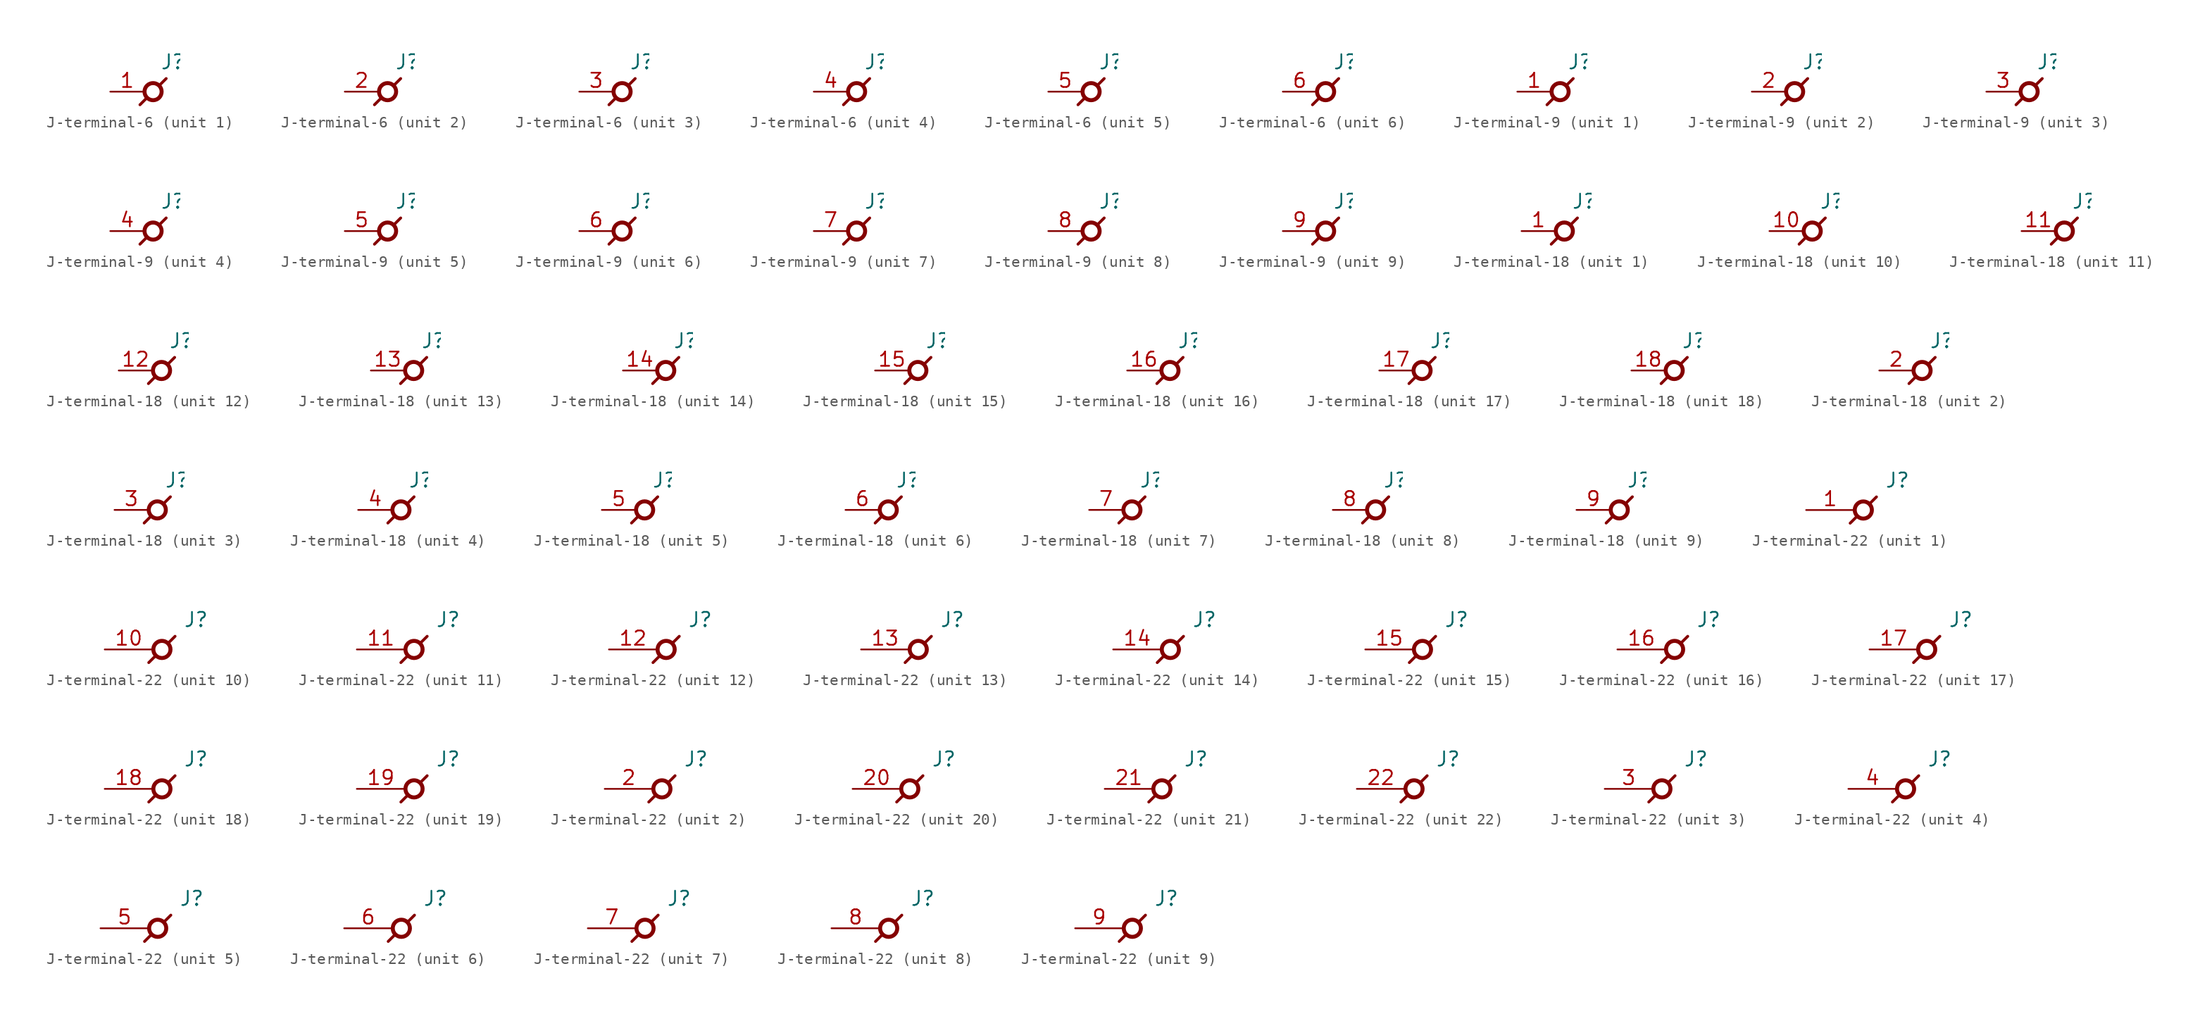
<source format=kicad_sym>
(kicad_symbol_lib
  (version 20211014)
  (generator kicad_symbol_editor)
  (symbol "J-terminal-6"
    (pin_names
      (offset 0.635) hide)
    (property "Reference" "J"
      (at 1.905 1.905 0)
      (effects (font (size 1.27 1.27)) (justify left bottom)))
    (property "ki_locked" ""
      (at 0 0 0)
      (effects (font (size 1.27 1.27))))
    (symbol "J-terminal-6_0_0"
      (polyline (pts (xy 0.686 -0.584) (xy 0.102 -1.168)) (stroke (width 0.254) (type default) (color 0 0 0 0)) (fill (type none)))
      (polyline (pts (xy 1.854 0.584) (xy 2.438 1.168)) (stroke (width 0.254) (type default) (color 0 0 0 0)) (fill (type none)))
      (circle (center 1.27 0) (radius 0.762) (stroke (width 0.356) (type default) (color 0 0 0 0)) (fill (type none))))
    (symbol "J-terminal-6_1_1"
      (pin passive line (at -2.54 0 0) (length 2.997) (name "1" (effects (font (size 1.27 1.27)))) (number "1" (effects (font (size 1.27 1.27))))))
    (symbol "J-terminal-6_2_1"
      (pin passive line (at -2.54 0 0) (length 2.997) (name "2" (effects (font (size 1.27 1.27)))) (number "2" (effects (font (size 1.27 1.27))))))
    (symbol "J-terminal-6_3_1"
      (pin passive line (at -2.54 0 0) (length 2.997) (name "3" (effects (font (size 1.27 1.27)))) (number "3" (effects (font (size 1.27 1.27))))))
    (symbol "J-terminal-6_4_1"
      (pin passive line (at -2.54 0 0) (length 2.997) (name "4" (effects (font (size 1.27 1.27)))) (number "4" (effects (font (size 1.27 1.27))))))
    (symbol "J-terminal-6_5_1"
      (pin passive line (at -2.54 0 0) (length 2.997) (name "5" (effects (font (size 1.27 1.27)))) (number "5" (effects (font (size 1.27 1.27))))))
    (symbol "J-terminal-6_6_1"
      (pin passive line (at -2.54 0 0) (length 2.997) (name "6" (effects (font (size 1.27 1.27)))) (number "6" (effects (font (size 1.27 1.27)))))))
  (symbol "J-terminal-9"
    (pin_names
      (offset 0.635) hide)
    (property "Reference" "J"
      (at 1.905 1.905 0)
      (effects (font (size 1.27 1.27)) (justify left bottom)))
    (property "ki_locked" ""
      (at 0 0 0)
      (effects (font (size 1.27 1.27))))
    (symbol "J-terminal-9_0_0"
      (polyline (pts (xy 0.686 -0.584) (xy 0.102 -1.168)) (stroke (width 0.254) (type default) (color 0 0 0 0)) (fill (type none)))
      (polyline (pts (xy 1.854 0.584) (xy 2.438 1.168)) (stroke (width 0.254) (type default) (color 0 0 0 0)) (fill (type none)))
      (circle (center 1.27 0) (radius 0.762) (stroke (width 0.356) (type default) (color 0 0 0 0)) (fill (type none))))
    (symbol "J-terminal-9_1_1"
      (pin passive line (at -2.54 0 0) (length 2.997) (name "1" (effects (font (size 1.27 1.27)))) (number "1" (effects (font (size 1.27 1.27))))))
    (symbol "J-terminal-9_2_1"
      (pin passive line (at -2.54 0 0) (length 2.997) (name "2" (effects (font (size 1.27 1.27)))) (number "2" (effects (font (size 1.27 1.27))))))
    (symbol "J-terminal-9_3_1"
      (pin passive line (at -2.54 0 0) (length 2.997) (name "3" (effects (font (size 1.27 1.27)))) (number "3" (effects (font (size 1.27 1.27))))))
    (symbol "J-terminal-9_4_1"
      (pin passive line (at -2.54 0 0) (length 2.997) (name "4" (effects (font (size 1.27 1.27)))) (number "4" (effects (font (size 1.27 1.27))))))
    (symbol "J-terminal-9_5_1"
      (pin passive line (at -2.54 0 0) (length 2.997) (name "5" (effects (font (size 1.27 1.27)))) (number "5" (effects (font (size 1.27 1.27))))))
    (symbol "J-terminal-9_6_1"
      (pin passive line (at -2.54 0 0) (length 2.997) (name "6" (effects (font (size 1.27 1.27)))) (number "6" (effects (font (size 1.27 1.27))))))
    (symbol "J-terminal-9_7_1"
      (pin passive line (at -2.54 0 0) (length 2.997) (name "7" (effects (font (size 1.27 1.27)))) (number "7" (effects (font (size 1.27 1.27))))))
    (symbol "J-terminal-9_8_1"
      (pin passive line (at -2.54 0 0) (length 2.997) (name "8" (effects (font (size 1.27 1.27)))) (number "8" (effects (font (size 1.27 1.27))))))
    (symbol "J-terminal-9_9_1"
      (pin passive line (at -2.54 0 0) (length 2.997) (name "9" (effects (font (size 1.27 1.27)))) (number "9" (effects (font (size 1.27 1.27)))))))
  (symbol "J-terminal-18"
    (pin_names
      (offset 0.635) hide)
    (property "Reference" "J"
      (at 1.905 1.905 0)
      (effects (font (size 1.27 1.27)) (justify left bottom)))
    (property "ki_locked" ""
      (at 0 0 0)
      (effects (font (size 1.27 1.27))))
    (symbol "J-terminal-18_0_0"
      (polyline (pts (xy 0.686 -0.584) (xy 0.102 -1.168)) (stroke (width 0.254) (type default) (color 0 0 0 0)) (fill (type none)))
      (polyline (pts (xy 1.854 0.584) (xy 2.438 1.168)) (stroke (width 0.254) (type default) (color 0 0 0 0)) (fill (type none)))
      (circle (center 1.27 0) (radius 0.762) (stroke (width 0.356) (type default) (color 0 0 0 0)) (fill (type none))))
    (symbol "J-terminal-18_1_1"
      (pin passive line (at -2.54 0 0) (length 2.997) (name "1" (effects (font (size 1.27 1.27)))) (number "1" (effects (font (size 1.27 1.27))))))
    (symbol "J-terminal-18_2_1"
      (pin passive line (at -2.54 0 0) (length 2.997) (name "2" (effects (font (size 1.27 1.27)))) (number "2" (effects (font (size 1.27 1.27))))))
    (symbol "J-terminal-18_3_1"
      (pin passive line (at -2.54 0 0) (length 2.997) (name "3" (effects (font (size 1.27 1.27)))) (number "3" (effects (font (size 1.27 1.27))))))
    (symbol "J-terminal-18_4_1"
      (pin passive line (at -2.54 0 0) (length 2.997) (name "4" (effects (font (size 1.27 1.27)))) (number "4" (effects (font (size 1.27 1.27))))))
    (symbol "J-terminal-18_5_1"
      (pin passive line (at -2.54 0 0) (length 2.997) (name "5" (effects (font (size 1.27 1.27)))) (number "5" (effects (font (size 1.27 1.27))))))
    (symbol "J-terminal-18_6_1"
      (pin passive line (at -2.54 0 0) (length 2.997) (name "6" (effects (font (size 1.27 1.27)))) (number "6" (effects (font (size 1.27 1.27))))))
    (symbol "J-terminal-18_7_1"
      (pin passive line (at -2.54 0 0) (length 2.997) (name "7" (effects (font (size 1.27 1.27)))) (number "7" (effects (font (size 1.27 1.27))))))
    (symbol "J-terminal-18_8_1"
      (pin passive line (at -2.54 0 0) (length 2.997) (name "8" (effects (font (size 1.27 1.27)))) (number "8" (effects (font (size 1.27 1.27))))))
    (symbol "J-terminal-18_9_1"
      (pin passive line (at -2.54 0 0) (length 2.997) (name "9" (effects (font (size 1.27 1.27)))) (number "9" (effects (font (size 1.27 1.27))))))
    (symbol "J-terminal-18_10_1"
      (pin passive line (at -2.54 0 0) (length 2.997) (name "10" (effects (font (size 1.27 1.27)))) (number "10" (effects (font (size 1.27 1.27))))))
    (symbol "J-terminal-18_11_1"
      (pin passive line (at -2.54 0 0) (length 2.997) (name "11" (effects (font (size 1.27 1.27)))) (number "11" (effects (font (size 1.27 1.27))))))
    (symbol "J-terminal-18_12_1"
      (pin passive line (at -2.54 0 0) (length 2.997) (name "12" (effects (font (size 1.27 1.27)))) (number "12" (effects (font (size 1.27 1.27))))))
    (symbol "J-terminal-18_13_1"
      (pin passive line (at -2.54 0 0) (length 2.997) (name "13" (effects (font (size 1.27 1.27)))) (number "13" (effects (font (size 1.27 1.27))))))
    (symbol "J-terminal-18_14_1"
      (pin passive line (at -2.54 0 0) (length 2.997) (name "14" (effects (font (size 1.27 1.27)))) (number "14" (effects (font (size 1.27 1.27))))))
    (symbol "J-terminal-18_15_1"
      (pin passive line (at -2.54 0 0) (length 2.997) (name "15" (effects (font (size 1.27 1.27)))) (number "15" (effects (font (size 1.27 1.27))))))
    (symbol "J-terminal-18_16_1"
      (pin passive line (at -2.54 0 0) (length 2.997) (name "16" (effects (font (size 1.27 1.27)))) (number "16" (effects (font (size 1.27 1.27))))))
    (symbol "J-terminal-18_17_1"
      (pin passive line (at -2.54 0 0) (length 2.997) (name "17" (effects (font (size 1.27 1.27)))) (number "17" (effects (font (size 1.27 1.27))))))
    (symbol "J-terminal-18_18_1"
      (pin passive line (at -2.54 0 0) (length 2.997) (name "18" (effects (font (size 1.27 1.27)))) (number "18" (effects (font (size 1.27 1.27)))))))
  (symbol "J-terminal-22"
    (pin_names
      (offset 0.635) hide)
    (property "Reference" "J"
      (at 1.905 1.905 0)
      (effects (font (size 1.27 1.27)) (justify left bottom)))
    (property "ki_locked" ""
      (at 0 0 0)
      (effects (font (size 1.27 1.27))))
    (symbol "J-terminal-22_0_0"
      (polyline (pts (xy -0.584 -0.584) (xy -1.168 -1.168)) (stroke (width 0.254) (type default) (color 0 0 0 0)) (fill (type none)))
      (polyline (pts (xy 0.584 0.584) (xy 1.168 1.168)) (stroke (width 0.254) (type default) (color 0 0 0 0)) (fill (type none)))
      (circle (center 0 0) (radius 0.762) (stroke (width 0.356) (type default) (color 0 0 0 0)) (fill (type none))))
    (symbol "J-terminal-22_1_1"
      (pin passive line (at -5.08 0 0) (length 4.267) (name "1" (effects (font (size 1.27 1.27)))) (number "1" (effects (font (size 1.27 1.27))))))
    (symbol "J-terminal-22_2_1"
      (pin passive line (at -5.08 0 0) (length 4.267) (name "2" (effects (font (size 1.27 1.27)))) (number "2" (effects (font (size 1.27 1.27))))))
    (symbol "J-terminal-22_3_1"
      (pin passive line (at -5.08 0 0) (length 4.267) (name "3" (effects (font (size 1.27 1.27)))) (number "3" (effects (font (size 1.27 1.27))))))
    (symbol "J-terminal-22_4_1"
      (pin passive line (at -5.08 0 0) (length 4.267) (name "4" (effects (font (size 1.27 1.27)))) (number "4" (effects (font (size 1.27 1.27))))))
    (symbol "J-terminal-22_5_1"
      (pin passive line (at -5.08 0 0) (length 4.267) (name "5" (effects (font (size 1.27 1.27)))) (number "5" (effects (font (size 1.27 1.27))))))
    (symbol "J-terminal-22_6_1"
      (pin passive line (at -5.08 0 0) (length 4.267) (name "6" (effects (font (size 1.27 1.27)))) (number "6" (effects (font (size 1.27 1.27))))))
    (symbol "J-terminal-22_7_1"
      (pin passive line (at -5.08 0 0) (length 4.267) (name "7" (effects (font (size 1.27 1.27)))) (number "7" (effects (font (size 1.27 1.27))))))
    (symbol "J-terminal-22_8_1"
      (pin passive line (at -5.08 0 0) (length 4.267) (name "8" (effects (font (size 1.27 1.27)))) (number "8" (effects (font (size 1.27 1.27))))))
    (symbol "J-terminal-22_9_1"
      (pin passive line (at -5.08 0 0) (length 4.267) (name "9" (effects (font (size 1.27 1.27)))) (number "9" (effects (font (size 1.27 1.27))))))
    (symbol "J-terminal-22_10_1"
      (pin passive line (at -5.08 0 0) (length 4.267) (name "10" (effects (font (size 1.27 1.27)))) (number "10" (effects (font (size 1.27 1.27))))))
    (symbol "J-terminal-22_11_1"
      (pin passive line (at -5.08 0 0) (length 4.267) (name "11" (effects (font (size 1.27 1.27)))) (number "11" (effects (font (size 1.27 1.27))))))
    (symbol "J-terminal-22_12_1"
      (pin passive line (at -5.08 0 0) (length 4.267) (name "12" (effects (font (size 1.27 1.27)))) (number "12" (effects (font (size 1.27 1.27))))))
    (symbol "J-terminal-22_13_1"
      (pin passive line (at -5.08 0 0) (length 4.267) (name "13" (effects (font (size 1.27 1.27)))) (number "13" (effects (font (size 1.27 1.27))))))
    (symbol "J-terminal-22_14_1"
      (pin passive line (at -5.08 0 0) (length 4.267) (name "14" (effects (font (size 1.27 1.27)))) (number "14" (effects (font (size 1.27 1.27))))))
    (symbol "J-terminal-22_15_1"
      (pin passive line (at -5.08 0 0) (length 4.267) (name "15" (effects (font (size 1.27 1.27)))) (number "15" (effects (font (size 1.27 1.27))))))
    (symbol "J-terminal-22_16_1"
      (pin passive line (at -5.08 0 0) (length 4.267) (name "16" (effects (font (size 1.27 1.27)))) (number "16" (effects (font (size 1.27 1.27))))))
    (symbol "J-terminal-22_17_1"
      (pin passive line (at -5.08 0 0) (length 4.267) (name "17" (effects (font (size 1.27 1.27)))) (number "17" (effects (font (size 1.27 1.27))))))
    (symbol "J-terminal-22_18_1"
      (pin passive line (at -5.08 0 0) (length 4.267) (name "18" (effects (font (size 1.27 1.27)))) (number "18" (effects (font (size 1.27 1.27))))))
    (symbol "J-terminal-22_19_1"
      (pin passive line (at -5.08 0 0) (length 4.267) (name "19" (effects (font (size 1.27 1.27)))) (number "19" (effects (font (size 1.27 1.27))))))
    (symbol "J-terminal-22_20_1"
      (pin passive line (at -5.08 0 0) (length 4.267) (name "20" (effects (font (size 1.27 1.27)))) (number "20" (effects (font (size 1.27 1.27))))))
    (symbol "J-terminal-22_21_1"
      (pin passive line (at -5.08 0 0) (length 4.267) (name "21" (effects (font (size 1.27 1.27)))) (number "21" (effects (font (size 1.27 1.27))))))
    (symbol "J-terminal-22_22_1"
      (pin passive line (at -5.08 0 0) (length 4.267) (name "22" (effects (font (size 1.27 1.27)))) (number "22" (effects (font (size 1.27 1.27))))))))
</source>
